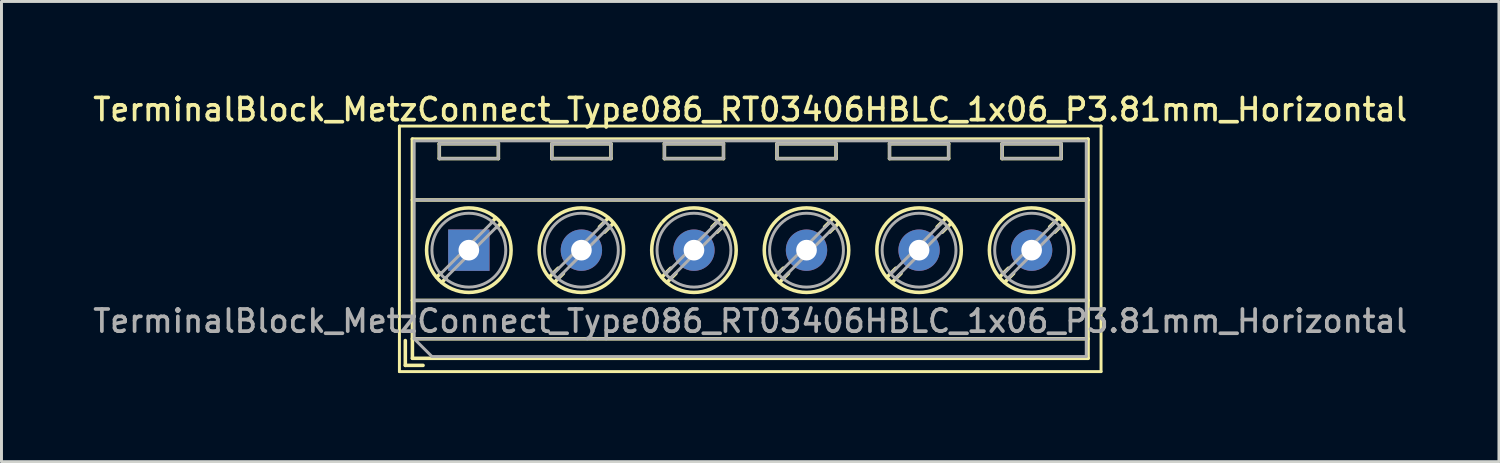
<source format=kicad_pcb>
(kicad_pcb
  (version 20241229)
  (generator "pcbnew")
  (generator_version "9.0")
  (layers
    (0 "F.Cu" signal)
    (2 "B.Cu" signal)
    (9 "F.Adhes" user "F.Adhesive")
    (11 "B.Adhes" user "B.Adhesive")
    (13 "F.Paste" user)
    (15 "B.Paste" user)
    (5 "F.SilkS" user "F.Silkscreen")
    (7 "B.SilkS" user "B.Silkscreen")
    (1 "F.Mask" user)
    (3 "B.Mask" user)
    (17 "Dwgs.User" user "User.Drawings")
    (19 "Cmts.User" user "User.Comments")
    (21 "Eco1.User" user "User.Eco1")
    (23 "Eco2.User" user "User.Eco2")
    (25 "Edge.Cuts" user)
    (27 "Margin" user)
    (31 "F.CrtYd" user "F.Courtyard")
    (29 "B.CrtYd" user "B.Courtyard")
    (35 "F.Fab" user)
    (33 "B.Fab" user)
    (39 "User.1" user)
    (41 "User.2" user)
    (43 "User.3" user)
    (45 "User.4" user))
  (footprint "TerminalBlock_MetzConnect_Type086_RT03406HBLC_1x06_P3.81mm_Horizontal"
    (layer "F.Cu")
    (at 12.82 5.418)
    (property "Reference" "TerminalBlock_MetzConnect_Type086_RT03406HBLC_1x06_P3.81mm_Horizontal" (at 9.525 -4.76 0) (layer "F.SilkS") (effects (font (size 0.75 0.75) (thickness 0.125))))
    (attr through_hole)
    (fp_line (start -2.35 -4.2) (end -2.35 4.11) (stroke (width 0.1) (type solid)) (layer "F.SilkS"))
    (fp_line (start -2.35 4.11) (end 21.4 4.11) (stroke (width 0.1) (type solid)) (layer "F.SilkS"))
    (fp_line (start -2.15 3.06) (end -2.15 3.9) (stroke (width 0.12) (type solid)) (layer "F.SilkS"))
    (fp_line (start -2.15 3.9) (end -1.55 3.9) (stroke (width 0.12) (type solid)) (layer "F.SilkS"))
    (fp_line (start -1.91 -3.76) (end -1.91 3.66) (stroke (width 0.12) (type solid)) (layer "F.SilkS"))
    (fp_line (start -1.91 -3.76) (end 20.96 -3.76) (stroke (width 0.12) (type solid)) (layer "F.SilkS"))
    (fp_line (start -1.91 -1.7) (end 20.96 -1.7) (stroke (width 0.12) (type solid)) (layer "F.SilkS"))
    (fp_line (start -1.91 1.701) (end 20.96 1.701) (stroke (width 0.12) (type solid)) (layer "F.SilkS"))
    (fp_line (start -1.91 3) (end 20.96 3) (stroke (width 0.12) (type solid)) (layer "F.SilkS"))
    (fp_line (start -1.91 3.66) (end 20.96 3.66) (stroke (width 0.12) (type solid)) (layer "F.SilkS"))
    (fp_line (start -1 -3.6) (end -1 -3.1) (stroke (width 0.12) (type solid)) (layer "F.SilkS"))
    (fp_line (start -1 -3.6) (end 1 -3.6) (stroke (width 0.12) (type solid)) (layer "F.SilkS"))
    (fp_line (start -1 -3.1) (end 1 -3.1) (stroke (width 0.12) (type solid)) (layer "F.SilkS"))
    (fp_line (start -0.946 0.771) (end -1.085 0.91) (stroke (width 0.12) (type solid)) (layer "F.SilkS"))
    (fp_line (start -0.771 0.945) (end -0.911 1.085) (stroke (width 0.12) (type solid)) (layer "F.SilkS"))
    (fp_line (start 0.911 -1.085) (end 0.771 -0.945) (stroke (width 0.12) (type solid)) (layer "F.SilkS"))
    (fp_line (start 1 -3.6) (end 1 -3.1) (stroke (width 0.12) (type solid)) (layer "F.SilkS"))
    (fp_line (start 1.085 -0.91) (end 0.945 -0.771) (stroke (width 0.12) (type solid)) (layer "F.SilkS"))
    (fp_line (start 2.81 -3.6) (end 2.81 -3.1) (stroke (width 0.12) (type solid)) (layer "F.SilkS"))
    (fp_line (start 2.81 -3.6) (end 4.81 -3.6) (stroke (width 0.12) (type solid)) (layer "F.SilkS"))
    (fp_line (start 2.81 -3.1) (end 4.81 -3.1) (stroke (width 0.12) (type solid)) (layer "F.SilkS"))
    (fp_line (start 3.025 0.611) (end 2.726 0.91) (stroke (width 0.12) (type solid)) (layer "F.SilkS"))
    (fp_line (start 3.2 0.786) (end 2.9 1.085) (stroke (width 0.12) (type solid)) (layer "F.SilkS"))
    (fp_line (start 4.721 -1.085) (end 4.421 -0.786) (stroke (width 0.12) (type solid)) (layer "F.SilkS"))
    (fp_line (start 4.81 -3.6) (end 4.81 -3.1) (stroke (width 0.12) (type solid)) (layer "F.SilkS"))
    (fp_line (start 4.895 -0.91) (end 4.596 -0.611) (stroke (width 0.12) (type solid)) (layer "F.SilkS"))
    (fp_line (start 6.62 -3.6) (end 6.62 -3.1) (stroke (width 0.12) (type solid)) (layer "F.SilkS"))
    (fp_line (start 6.62 -3.6) (end 8.62 -3.6) (stroke (width 0.12) (type solid)) (layer "F.SilkS"))
    (fp_line (start 6.62 -3.1) (end 8.62 -3.1) (stroke (width 0.12) (type solid)) (layer "F.SilkS"))
    (fp_line (start 6.835 0.611) (end 6.536 0.91) (stroke (width 0.12) (type solid)) (layer "F.SilkS"))
    (fp_line (start 7.01 0.786) (end 6.71 1.085) (stroke (width 0.12) (type solid)) (layer "F.SilkS"))
    (fp_line (start 8.531 -1.085) (end 8.231 -0.786) (stroke (width 0.12) (type solid)) (layer "F.SilkS"))
    (fp_line (start 8.62 -3.6) (end 8.62 -3.1) (stroke (width 0.12) (type solid)) (layer "F.SilkS"))
    (fp_line (start 8.705 -0.91) (end 8.406 -0.611) (stroke (width 0.12) (type solid)) (layer "F.SilkS"))
    (fp_line (start 10.43 -3.6) (end 10.43 -3.1) (stroke (width 0.12) (type solid)) (layer "F.SilkS"))
    (fp_line (start 10.43 -3.6) (end 12.43 -3.6) (stroke (width 0.12) (type solid)) (layer "F.SilkS"))
    (fp_line (start 10.43 -3.1) (end 12.43 -3.1) (stroke (width 0.12) (type solid)) (layer "F.SilkS"))
    (fp_line (start 10.645 0.611) (end 10.346 0.91) (stroke (width 0.12) (type solid)) (layer "F.SilkS"))
    (fp_line (start 10.82 0.786) (end 10.52 1.085) (stroke (width 0.12) (type solid)) (layer "F.SilkS"))
    (fp_line (start 12.341 -1.085) (end 12.041 -0.786) (stroke (width 0.12) (type solid)) (layer "F.SilkS"))
    (fp_line (start 12.43 -3.6) (end 12.43 -3.1) (stroke (width 0.12) (type solid)) (layer "F.SilkS"))
    (fp_line (start 12.515 -0.91) (end 12.216 -0.611) (stroke (width 0.12) (type solid)) (layer "F.SilkS"))
    (fp_line (start 14.24 -3.6) (end 14.24 -3.1) (stroke (width 0.12) (type solid)) (layer "F.SilkS"))
    (fp_line (start 14.24 -3.6) (end 16.241 -3.6) (stroke (width 0.12) (type solid)) (layer "F.SilkS"))
    (fp_line (start 14.24 -3.1) (end 16.241 -3.1) (stroke (width 0.12) (type solid)) (layer "F.SilkS"))
    (fp_line (start 14.455 0.611) (end 14.156 0.91) (stroke (width 0.12) (type solid)) (layer "F.SilkS"))
    (fp_line (start 14.63 0.786) (end 14.33 1.085) (stroke (width 0.12) (type solid)) (layer "F.SilkS"))
    (fp_line (start 16.151 -1.085) (end 15.851 -0.786) (stroke (width 0.12) (type solid)) (layer "F.SilkS"))
    (fp_line (start 16.241 -3.6) (end 16.241 -3.1) (stroke (width 0.12) (type solid)) (layer "F.SilkS"))
    (fp_line (start 16.325 -0.91) (end 16.026 -0.611) (stroke (width 0.12) (type solid)) (layer "F.SilkS"))
    (fp_line (start 18.05 -3.6) (end 18.05 -3.1) (stroke (width 0.12) (type solid)) (layer "F.SilkS"))
    (fp_line (start 18.05 -3.6) (end 20.05 -3.6) (stroke (width 0.12) (type solid)) (layer "F.SilkS"))
    (fp_line (start 18.05 -3.1) (end 20.05 -3.1) (stroke (width 0.12) (type solid)) (layer "F.SilkS"))
    (fp_line (start 18.265 0.611) (end 17.966 0.91) (stroke (width 0.12) (type solid)) (layer "F.SilkS"))
    (fp_line (start 18.44 0.786) (end 18.14 1.085) (stroke (width 0.12) (type solid)) (layer "F.SilkS"))
    (fp_line (start 19.961 -1.085) (end 19.661 -0.786) (stroke (width 0.12) (type solid)) (layer "F.SilkS"))
    (fp_line (start 20.05 -3.6) (end 20.05 -3.1) (stroke (width 0.12) (type solid)) (layer "F.SilkS"))
    (fp_line (start 20.135 -0.91) (end 19.836 -0.611) (stroke (width 0.12) (type solid)) (layer "F.SilkS"))
    (fp_line (start 20.96 -3.76) (end 20.96 3.66) (stroke (width 0.12) (type solid)) (layer "F.SilkS"))
    (fp_line (start 21.4 -4.2) (end -2.35 -4.2) (stroke (width 0.1) (type solid)) (layer "F.SilkS"))
    (fp_line (start 21.4 4.11) (end 21.4 -4.2) (stroke (width 0.1) (type solid)) (layer "F.SilkS"))
    (fp_circle (center 0 0) (end 1.43 0) (stroke (width 0.12) (type solid)) (fill no) (layer "F.SilkS"))
    (fp_circle (center 3.81 0) (end 5.24 0) (stroke (width 0.12) (type solid)) (fill no) (layer "F.SilkS"))
    (fp_circle (center 7.62 0) (end 9.05 0) (stroke (width 0.12) (type solid)) (fill no) (layer "F.SilkS"))
    (fp_circle (center 11.43 0) (end 12.86 0) (stroke (width 0.12) (type solid)) (fill no) (layer "F.SilkS"))
    (fp_circle (center 15.24 0) (end 16.67 0) (stroke (width 0.12) (type solid)) (fill no) (layer "F.SilkS"))
    (fp_circle (center 19.05 0) (end 20.48 0) (stroke (width 0.12) (type solid)) (fill no) (layer "F.SilkS"))
    (fp_line (start -1.85 -3.7) (end 20.9 -3.7) (stroke (width 0.1) (type solid)) (layer "F.Fab"))
    (fp_line (start -1.85 -1.7) (end 20.9 -1.7) (stroke (width 0.1) (type solid)) (layer "F.Fab"))
    (fp_line (start -1.85 1.7) (end 20.9 1.7) (stroke (width 0.1) (type solid)) (layer "F.Fab"))
    (fp_line (start -1.85 3) (end -1.85 -3.7) (stroke (width 0.1) (type solid)) (layer "F.Fab"))
    (fp_line (start -1.85 3) (end 20.9 3) (stroke (width 0.1) (type solid)) (layer "F.Fab"))
    (fp_line (start -1.25 3.6) (end -1.85 3) (stroke (width 0.1) (type solid)) (layer "F.Fab"))
    (fp_line (start -1 -3.6) (end -1 -3.1) (stroke (width 0.1) (type solid)) (layer "F.Fab"))
    (fp_line (start -1 -3.1) (end 1 -3.1) (stroke (width 0.1) (type solid)) (layer "F.Fab"))
    (fp_line (start 0.796 -0.948) (end -0.949 0.796) (stroke (width 0.1) (type solid)) (layer "F.Fab"))
    (fp_line (start 0.949 -0.796) (end -0.796 0.948) (stroke (width 0.1) (type solid)) (layer "F.Fab"))
    (fp_line (start 1 -3.6) (end -1 -3.6) (stroke (width 0.1) (type solid)) (layer "F.Fab"))
    (fp_line (start 1 -3.1) (end 1 -3.6) (stroke (width 0.1) (type solid)) (layer "F.Fab"))
    (fp_line (start 2.81 -3.6) (end 2.81 -3.1) (stroke (width 0.1) (type solid)) (layer "F.Fab"))
    (fp_line (start 2.81 -3.1) (end 4.81 -3.1) (stroke (width 0.1) (type solid)) (layer "F.Fab"))
    (fp_line (start 4.606 -0.948) (end 2.862 0.796) (stroke (width 0.1) (type solid)) (layer "F.Fab"))
    (fp_line (start 4.759 -0.796) (end 3.015 0.948) (stroke (width 0.1) (type solid)) (layer "F.Fab"))
    (fp_line (start 4.81 -3.6) (end 2.81 -3.6) (stroke (width 0.1) (type solid)) (layer "F.Fab"))
    (fp_line (start 4.81 -3.1) (end 4.81 -3.6) (stroke (width 0.1) (type solid)) (layer "F.Fab"))
    (fp_line (start 6.62 -3.6) (end 6.62 -3.1) (stroke (width 0.1) (type solid)) (layer "F.Fab"))
    (fp_line (start 6.62 -3.1) (end 8.62 -3.1) (stroke (width 0.1) (type solid)) (layer "F.Fab"))
    (fp_line (start 8.416 -0.948) (end 6.672 0.796) (stroke (width 0.1) (type solid)) (layer "F.Fab"))
    (fp_line (start 8.569 -0.796) (end 6.825 0.948) (stroke (width 0.1) (type solid)) (layer "F.Fab"))
    (fp_line (start 8.62 -3.6) (end 6.62 -3.6) (stroke (width 0.1) (type solid)) (layer "F.Fab"))
    (fp_line (start 8.62 -3.1) (end 8.62 -3.6) (stroke (width 0.1) (type solid)) (layer "F.Fab"))
    (fp_line (start 10.43 -3.6) (end 10.43 -3.1) (stroke (width 0.1) (type solid)) (layer "F.Fab"))
    (fp_line (start 10.43 -3.1) (end 12.43 -3.1) (stroke (width 0.1) (type solid)) (layer "F.Fab"))
    (fp_line (start 12.226 -0.948) (end 10.482 0.796) (stroke (width 0.1) (type solid)) (layer "F.Fab"))
    (fp_line (start 12.379 -0.796) (end 10.635 0.948) (stroke (width 0.1) (type solid)) (layer "F.Fab"))
    (fp_line (start 12.43 -3.6) (end 10.43 -3.6) (stroke (width 0.1) (type solid)) (layer "F.Fab"))
    (fp_line (start 12.43 -3.1) (end 12.43 -3.6) (stroke (width 0.1) (type solid)) (layer "F.Fab"))
    (fp_line (start 14.24 -3.6) (end 14.24 -3.1) (stroke (width 0.1) (type solid)) (layer "F.Fab"))
    (fp_line (start 14.24 -3.1) (end 16.24 -3.1) (stroke (width 0.1) (type solid)) (layer "F.Fab"))
    (fp_line (start 16.036 -0.948) (end 14.292 0.796) (stroke (width 0.1) (type solid)) (layer "F.Fab"))
    (fp_line (start 16.189 -0.796) (end 14.445 0.948) (stroke (width 0.1) (type solid)) (layer "F.Fab"))
    (fp_line (start 16.24 -3.6) (end 14.24 -3.6) (stroke (width 0.1) (type solid)) (layer "F.Fab"))
    (fp_line (start 16.24 -3.1) (end 16.24 -3.6) (stroke (width 0.1) (type solid)) (layer "F.Fab"))
    (fp_line (start 18.05 -3.6) (end 18.05 -3.1) (stroke (width 0.1) (type solid)) (layer "F.Fab"))
    (fp_line (start 18.05 -3.1) (end 20.05 -3.1) (stroke (width 0.1) (type solid)) (layer "F.Fab"))
    (fp_line (start 19.846 -0.948) (end 18.102 0.796) (stroke (width 0.1) (type solid)) (layer "F.Fab"))
    (fp_line (start 19.999 -0.796) (end 18.255 0.948) (stroke (width 0.1) (type solid)) (layer "F.Fab"))
    (fp_line (start 20.05 -3.6) (end 18.05 -3.6) (stroke (width 0.1) (type solid)) (layer "F.Fab"))
    (fp_line (start 20.05 -3.1) (end 20.05 -3.6) (stroke (width 0.1) (type solid)) (layer "F.Fab"))
    (fp_line (start 20.9 -3.7) (end 20.9 3.6) (stroke (width 0.1) (type solid)) (layer "F.Fab"))
    (fp_line (start 20.9 3.6) (end -1.25 3.6) (stroke (width 0.1) (type solid)) (layer "F.Fab"))
    (fp_circle (center 0 0) (end 1.25 0) (stroke (width 0.1) (type solid)) (fill no) (layer "F.Fab"))
    (fp_circle (center 3.81 0) (end 5.06 0) (stroke (width 0.1) (type solid)) (fill no) (layer "F.Fab"))
    (fp_circle (center 7.62 0) (end 8.87 0) (stroke (width 0.1) (type solid)) (fill no) (layer "F.Fab"))
    (fp_circle (center 11.43 0) (end 12.68 0) (stroke (width 0.1) (type solid)) (fill no) (layer "F.Fab"))
    (fp_circle (center 15.24 0) (end 16.49 0) (stroke (width 0.1) (type solid)) (fill no) (layer "F.Fab"))
    (fp_circle (center 19.05 0) (end 20.3 0) (stroke (width 0.1) (type solid)) (fill no) (layer "F.Fab"))
    (fp_text user "${REFERENCE}" (at 9.525 2.4 0) (layer "F.Fab") (effects (font (size 0.75 0.75) (thickness 0.125))))
    (pad "1" thru_hole rect (at 0 0) (size 1.4 1.4) (drill 0.7) (layers "*.Cu" "*.Mask"))
    (pad "2" thru_hole circle (at 3.81 0) (size 1.4 1.4) (drill 0.7) (layers "*.Cu" "*.Mask"))
    (pad "3" thru_hole circle (at 7.62 0) (size 1.4 1.4) (drill 0.7) (layers "*.Cu" "*.Mask"))
    (pad "4" thru_hole circle (at 11.43 0) (size 1.4 1.4) (drill 0.7) (layers "*.Cu" "*.Mask"))
    (pad "5" thru_hole circle (at 15.24 0) (size 1.4 1.4) (drill 0.7) (layers "*.Cu" "*.Mask"))
    (pad "6" thru_hole circle (at 19.05 0) (size 1.4 1.4) (drill 0.7) (layers "*.Cu" "*.Mask")))
  (gr_rect
    (start -3 -3)
    (end 47.689 12.578)
    (stroke (width 0.1) (type default))
    (fill no)
    (layer "Edge.Cuts")))
</source>
